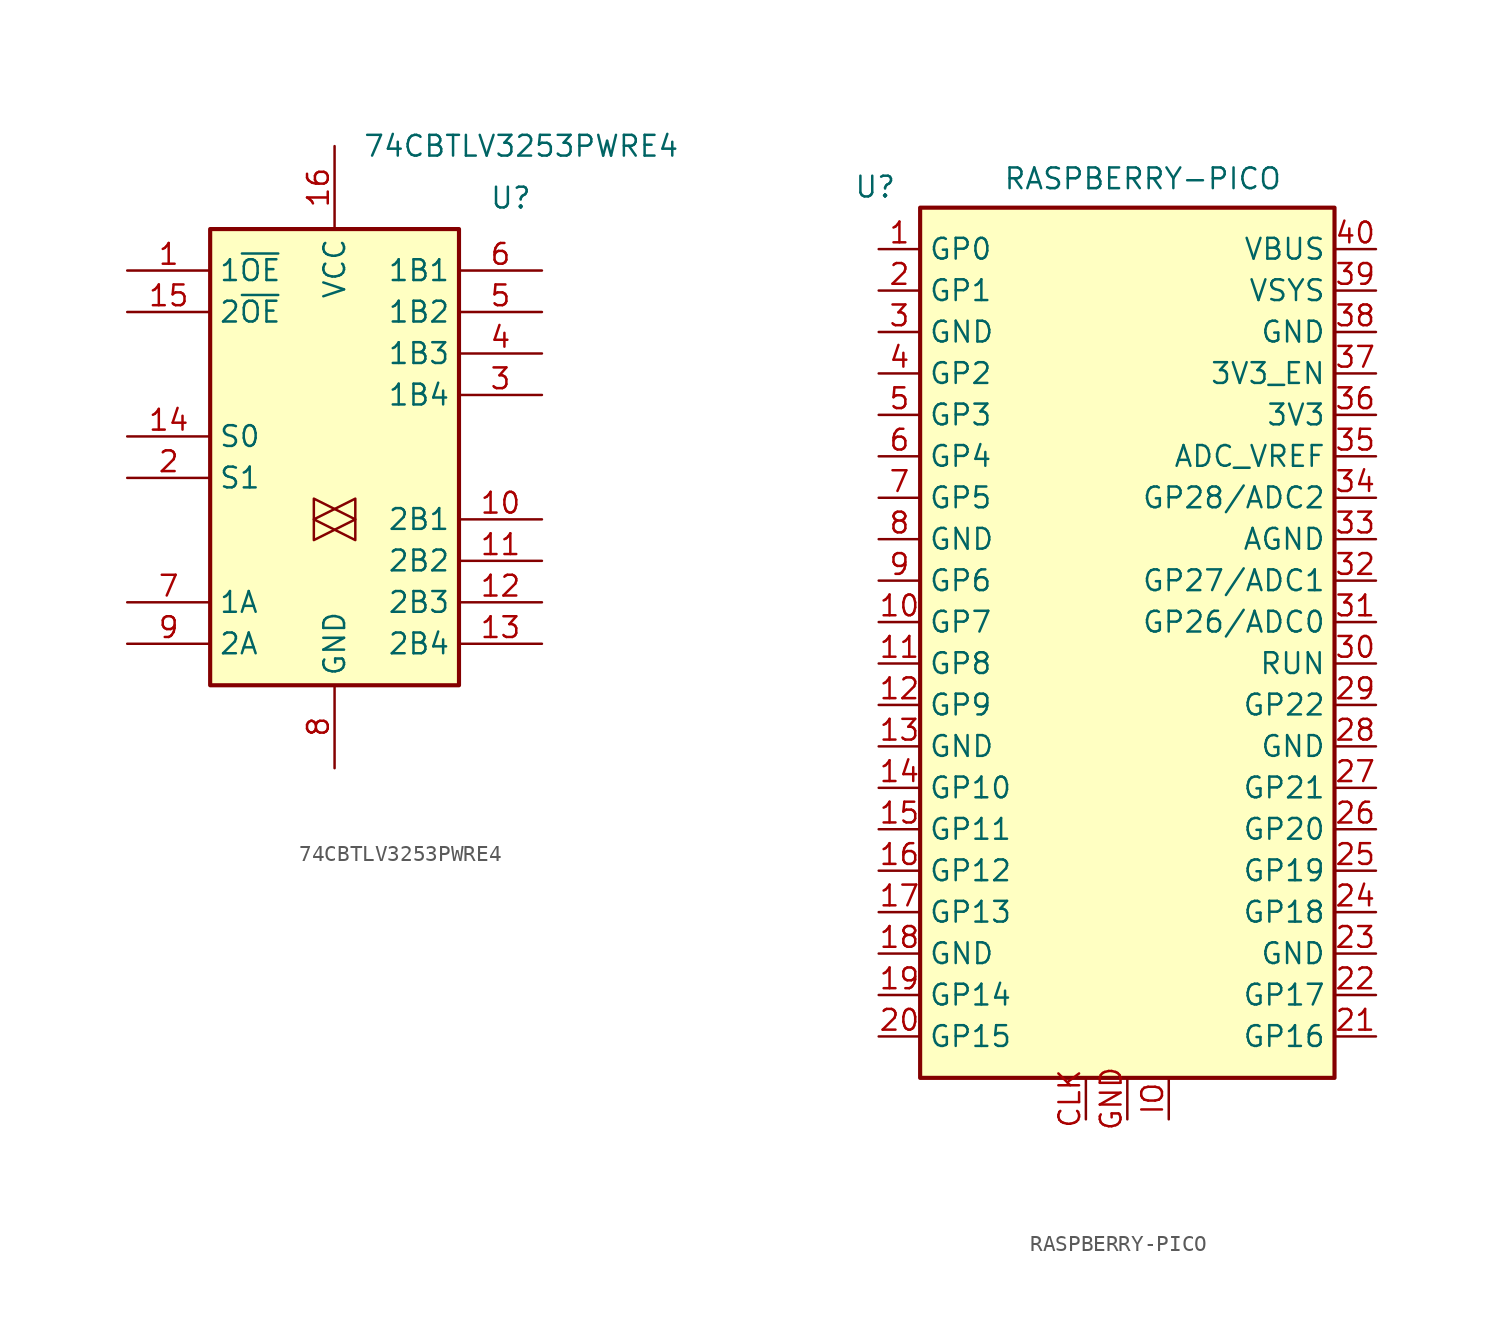
<source format=kicad_sym>
(kicad_symbol_lib
  (version 20231120)
  (generator "kicad_symbol_editor")
  (generator_version "8.0")
  (symbol "74CBTLV3253PWRE4"
    (property "Reference" "U"
      (at 10.795 19.685 0)
      (effects (font (size 1.27 1.27))))
    (property "Value" "74CBTLV3253PWRE4"
      (at 11.43 22.86 0)
      (effects (font (size 1.27 1.27))))
    (symbol "74CBTLV3253PWRE4_1_0"
      (polyline (pts (xy 1.27 0) (xy -1.27 1.27) (xy -1.27 -1.27) (xy 1.27 0)) (stroke (width 0.152) (type default)) (fill (type none)))
      (polyline (pts (xy 1.27 1.27) (xy -1.27 0) (xy 1.27 -1.27) (xy 1.27 1.27)) (stroke (width 0) (type default)) (fill (type none)))
      (pin input line (at -12.7 15.24 0) (length 5.08) (name "1~{OE}" (effects (font (size 1.27 1.27)))) (number "1" (effects (font (size 1.27 1.27)))))
      (pin passive line (at 12.7 0 180) (length 5.08) (name "2B1" (effects (font (size 1.27 1.27)))) (number "10" (effects (font (size 1.27 1.27)))))
      (pin passive line (at 12.7 -2.54 180) (length 5.08) (name "2B2" (effects (font (size 1.27 1.27)))) (number "11" (effects (font (size 1.27 1.27)))))
      (pin passive line (at 12.7 -5.08 180) (length 5.08) (name "2B3" (effects (font (size 1.27 1.27)))) (number "12" (effects (font (size 1.27 1.27)))))
      (pin passive line (at 12.7 -7.62 180) (length 5.08) (name "2B4" (effects (font (size 1.27 1.27)))) (number "13" (effects (font (size 1.27 1.27)))))
      (pin passive line (at -12.7 5.08 0) (length 5.08) (name "S0" (effects (font (size 1.27 1.27)))) (number "14" (effects (font (size 1.27 1.27)))))
      (pin input line (at -12.7 12.7 0) (length 5.08) (name "2~{OE}" (effects (font (size 1.27 1.27)))) (number "15" (effects (font (size 1.27 1.27)))))
      (pin power_in line (at 0 22.86 270) (length 5.08) (name "VCC" (effects (font (size 1.27 1.27)))) (number "16" (effects (font (size 1.27 1.27)))))
      (pin passive line (at -12.7 2.54 0) (length 5.08) (name "S1" (effects (font (size 1.27 1.27)))) (number "2" (effects (font (size 1.27 1.27)))))
      (pin passive line (at 12.7 7.62 180) (length 5.08) (name "1B4" (effects (font (size 1.27 1.27)))) (number "3" (effects (font (size 1.27 1.27)))))
      (pin passive line (at 12.7 10.16 180) (length 5.08) (name "1B3" (effects (font (size 1.27 1.27)))) (number "4" (effects (font (size 1.27 1.27)))))
      (pin passive line (at 12.7 12.7 180) (length 5.08) (name "1B2" (effects (font (size 1.27 1.27)))) (number "5" (effects (font (size 1.27 1.27)))))
      (pin passive line (at 12.7 15.24 180) (length 5.08) (name "1B1" (effects (font (size 1.27 1.27)))) (number "6" (effects (font (size 1.27 1.27)))))
      (pin passive line (at -12.7 -5.08 0) (length 5.08) (name "1A" (effects (font (size 1.27 1.27)))) (number "7" (effects (font (size 1.27 1.27)))))
      (pin power_in line (at 0 -15.24 90) (length 5.08) (name "GND" (effects (font (size 1.27 1.27)))) (number "8" (effects (font (size 1.27 1.27)))))
      (pin passive line (at -12.7 -7.62 0) (length 5.08) (name "2A" (effects (font (size 1.27 1.27)))) (number "9" (effects (font (size 1.27 1.27))))))
    (symbol "74CBTLV3253PWRE4_1_1"
      (rectangle (start -7.62 17.78) (end 7.62 -10.16) (stroke (width 0.254) (type default)) (fill (type background)))))
  (symbol "RASPBERRY-PICO"
    (property "Reference" "U"
      (at -16.764 26.67 0)
      (effects (font (size 1.27 1.27)) (justify left)))
    (property "Value" "RASPBERRY-PICO"
      (at -7.62 27.178 0)
      (effects (font (size 1.27 1.27)) (justify left)))
    (symbol "RASPBERRY-PICO_0_0"
      (pin bidirectional line (at -15.24 22.86 0) (length 2.54) (name "GP0" (effects (font (size 1.27 1.27)))) (number "1" (effects (font (size 1.27 1.27)))))
      (pin bidirectional line (at -15.24 0 0) (length 2.54) (name "GP7" (effects (font (size 1.27 1.27)))) (number "10" (effects (font (size 1.27 1.27)))))
      (pin bidirectional line (at -15.24 -2.54 0) (length 2.54) (name "GP8" (effects (font (size 1.27 1.27)))) (number "11" (effects (font (size 1.27 1.27)))))
      (pin bidirectional line (at -15.24 -5.08 0) (length 2.54) (name "GP9" (effects (font (size 1.27 1.27)))) (number "12" (effects (font (size 1.27 1.27)))))
      (pin power_in line (at -15.24 -7.62 0) (length 2.54) (name "GND" (effects (font (size 1.27 1.27)))) (number "13" (effects (font (size 1.27 1.27)))))
      (pin bidirectional line (at -15.24 -10.16 0) (length 2.54) (name "GP10" (effects (font (size 1.27 1.27)))) (number "14" (effects (font (size 1.27 1.27)))))
      (pin bidirectional line (at -15.24 -12.7 0) (length 2.54) (name "GP11" (effects (font (size 1.27 1.27)))) (number "15" (effects (font (size 1.27 1.27)))))
      (pin bidirectional line (at -15.24 -15.24 0) (length 2.54) (name "GP12" (effects (font (size 1.27 1.27)))) (number "16" (effects (font (size 1.27 1.27)))))
      (pin bidirectional line (at -15.24 -17.78 0) (length 2.54) (name "GP13" (effects (font (size 1.27 1.27)))) (number "17" (effects (font (size 1.27 1.27)))))
      (pin power_in line (at -15.24 -20.32 0) (length 2.54) (name "GND" (effects (font (size 1.27 1.27)))) (number "18" (effects (font (size 1.27 1.27)))))
      (pin bidirectional line (at -15.24 -22.86 0) (length 2.54) (name "GP14" (effects (font (size 1.27 1.27)))) (number "19" (effects (font (size 1.27 1.27)))))
      (pin bidirectional line (at -15.24 20.32 0) (length 2.54) (name "GP1" (effects (font (size 1.27 1.27)))) (number "2" (effects (font (size 1.27 1.27)))))
      (pin bidirectional line (at -15.24 -25.4 0) (length 2.54) (name "GP15" (effects (font (size 1.27 1.27)))) (number "20" (effects (font (size 1.27 1.27)))))
      (pin bidirectional line (at 15.24 -25.4 180) (length 2.54) (name "GP16" (effects (font (size 1.27 1.27)))) (number "21" (effects (font (size 1.27 1.27)))))
      (pin bidirectional line (at 15.24 -22.86 180) (length 2.54) (name "GP17" (effects (font (size 1.27 1.27)))) (number "22" (effects (font (size 1.27 1.27)))))
      (pin power_in line (at 15.24 -20.32 180) (length 2.54) (name "GND" (effects (font (size 1.27 1.27)))) (number "23" (effects (font (size 1.27 1.27)))))
      (pin bidirectional line (at 15.24 -17.78 180) (length 2.54) (name "GP18" (effects (font (size 1.27 1.27)))) (number "24" (effects (font (size 1.27 1.27)))))
      (pin bidirectional line (at 15.24 -15.24 180) (length 2.54) (name "GP19" (effects (font (size 1.27 1.27)))) (number "25" (effects (font (size 1.27 1.27)))))
      (pin bidirectional line (at 15.24 -12.7 180) (length 2.54) (name "GP20" (effects (font (size 1.27 1.27)))) (number "26" (effects (font (size 1.27 1.27)))))
      (pin bidirectional line (at 15.24 -10.16 180) (length 2.54) (name "GP21" (effects (font (size 1.27 1.27)))) (number "27" (effects (font (size 1.27 1.27)))))
      (pin power_in line (at 15.24 -7.62 180) (length 2.54) (name "GND" (effects (font (size 1.27 1.27)))) (number "28" (effects (font (size 1.27 1.27)))))
      (pin bidirectional line (at 15.24 -5.08 180) (length 2.54) (name "GP22" (effects (font (size 1.27 1.27)))) (number "29" (effects (font (size 1.27 1.27)))))
      (pin power_in line (at -15.24 17.78 0) (length 2.54) (name "GND" (effects (font (size 1.27 1.27)))) (number "3" (effects (font (size 1.27 1.27)))))
      (pin input line (at 15.24 -2.54 180) (length 2.54) (name "RUN" (effects (font (size 1.27 1.27)))) (number "30" (effects (font (size 1.27 1.27)))))
      (pin input line (at 15.24 10.16 180) (length 2.54) (name "ADC_VREF" (effects (font (size 1.27 1.27)))) (number "35" (effects (font (size 1.27 1.27)))))
      (pin power_in line (at 15.24 12.7 180) (length 2.54) (name "3V3" (effects (font (size 1.27 1.27)))) (number "36" (effects (font (size 1.27 1.27)))))
      (pin input line (at 15.24 15.24 180) (length 2.54) (name "3V3_EN" (effects (font (size 1.27 1.27)))) (number "37" (effects (font (size 1.27 1.27)))))
      (pin power_in line (at 15.24 17.78 180) (length 2.54) (name "GND" (effects (font (size 1.27 1.27)))) (number "38" (effects (font (size 1.27 1.27)))))
      (pin power_in line (at 15.24 20.32 180) (length 2.54) (name "VSYS" (effects (font (size 1.27 1.27)))) (number "39" (effects (font (size 1.27 1.27)))))
      (pin bidirectional line (at -15.24 15.24 0) (length 2.54) (name "GP2" (effects (font (size 1.27 1.27)))) (number "4" (effects (font (size 1.27 1.27)))))
      (pin power_in line (at 15.24 22.86 180) (length 2.54) (name "VBUS" (effects (font (size 1.27 1.27)))) (number "40" (effects (font (size 1.27 1.27)))))
      (pin bidirectional line (at -15.24 12.7 0) (length 2.54) (name "GP3" (effects (font (size 1.27 1.27)))) (number "5" (effects (font (size 1.27 1.27)))))
      (pin bidirectional line (at -15.24 10.16 0) (length 2.54) (name "GP4" (effects (font (size 1.27 1.27)))) (number "6" (effects (font (size 1.27 1.27)))))
      (pin bidirectional line (at -15.24 7.62 0) (length 2.54) (name "GP5" (effects (font (size 1.27 1.27)))) (number "7" (effects (font (size 1.27 1.27)))))
      (pin power_in line (at -15.24 5.08 0) (length 2.54) (name "GND" (effects (font (size 1.27 1.27)))) (number "8" (effects (font (size 1.27 1.27)))))
      (pin bidirectional line (at -15.24 2.54 0) (length 2.54) (name "GP6" (effects (font (size 1.27 1.27)))) (number "9" (effects (font (size 1.27 1.27))))))
    (symbol "RASPBERRY-PICO_0_1"
      (rectangle (start -12.7 25.4) (end 12.7 -27.94) (stroke (width 0.254) (type default)) (fill (type background))))
    (symbol "RASPBERRY-PICO_1_0"
      (pin bidirectional line (at 15.24 0 180) (length 2.54) (name "GP26/ADC0" (effects (font (size 1.27 1.27)))) (number "31" (effects (font (size 1.27 1.27)))))
      (pin bidirectional line (at 15.24 2.54 180) (length 2.54) (name "GP27/ADC1" (effects (font (size 1.27 1.27)))) (number "32" (effects (font (size 1.27 1.27)))))
      (pin power_in line (at 15.24 5.08 180) (length 2.54) (name "AGND" (effects (font (size 1.27 1.27)))) (number "33" (effects (font (size 1.27 1.27)))))
      (pin bidirectional line (at 15.24 7.62 180) (length 2.54) (name "GP28/ADC2" (effects (font (size 1.27 1.27)))) (number "34" (effects (font (size 1.27 1.27)))))
      (pin bidirectional line (at -2.54 -30.48 90) (length 2.54) (name "" (effects (font (size 1.27 1.27)))) (number "CLK" (effects (font (size 1.27 1.27)))))
      (pin power_in line (at 0 -30.48 90) (length 2.54) (name "" (effects (font (size 1.27 1.27)))) (number "GND" (effects (font (size 1.27 1.27)))))
      (pin bidirectional line (at 2.54 -30.48 90) (length 2.54) (name "" (effects (font (size 1.27 1.27)))) (number "IO" (effects (font (size 1.27 1.27))))))))
</source>
